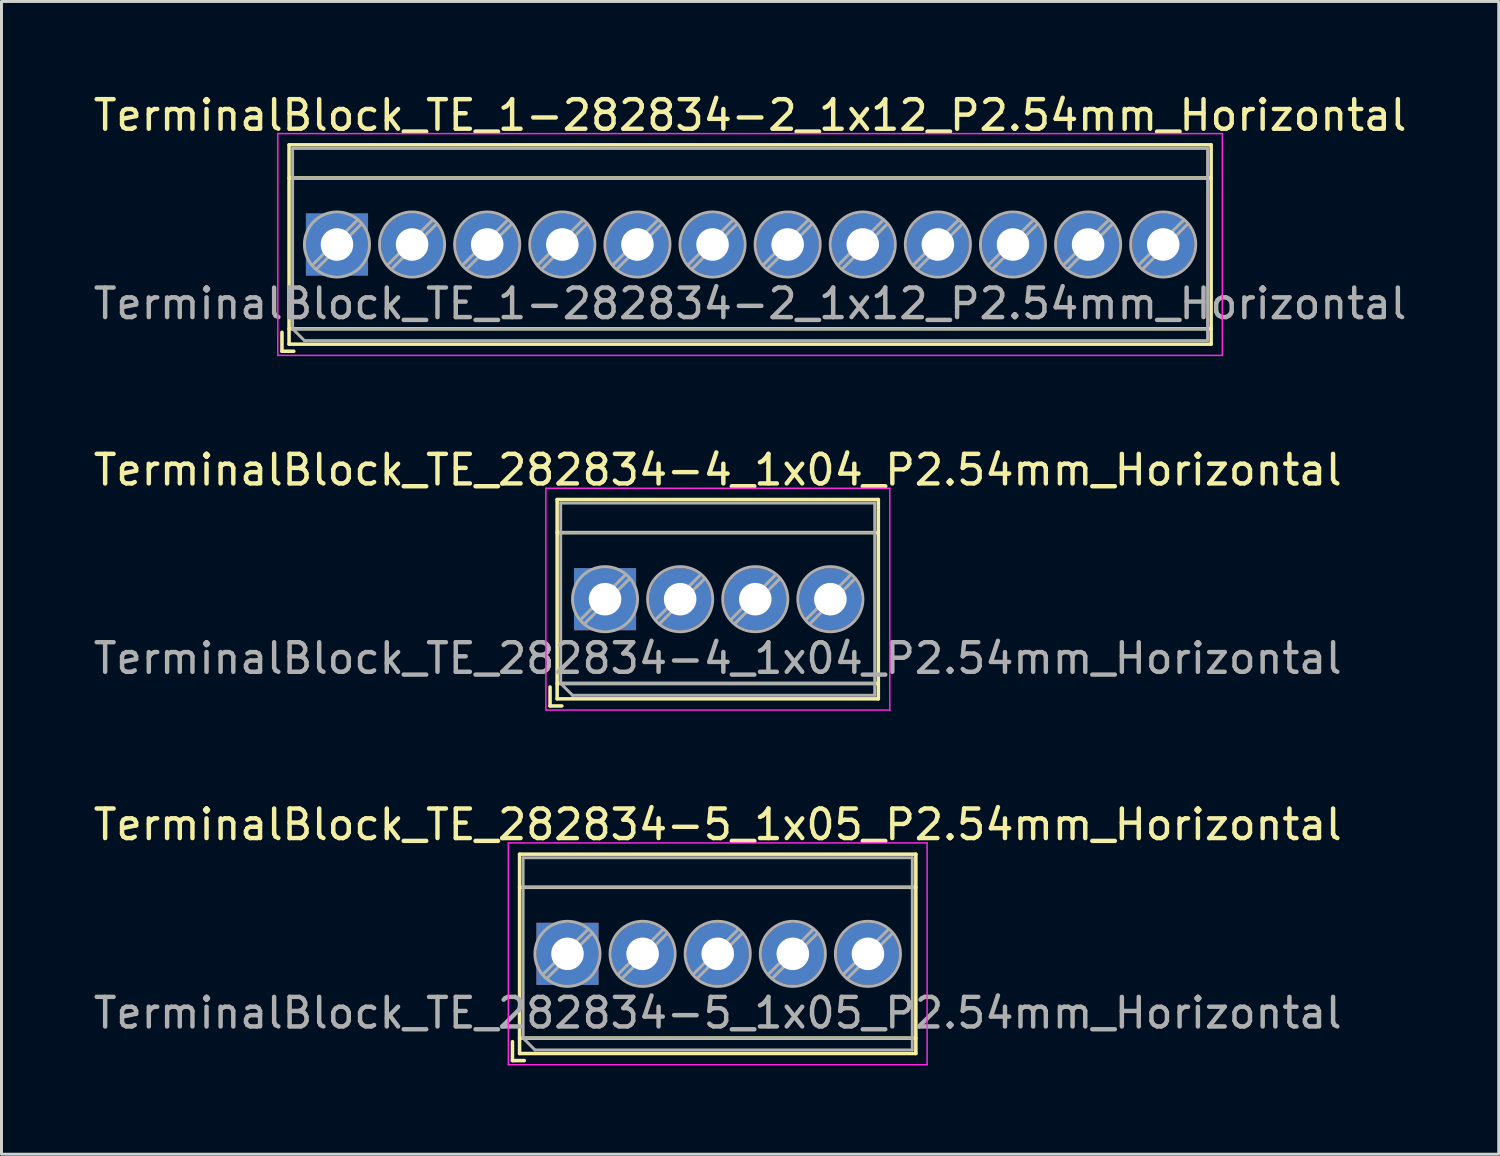
<source format=kicad_pcb>
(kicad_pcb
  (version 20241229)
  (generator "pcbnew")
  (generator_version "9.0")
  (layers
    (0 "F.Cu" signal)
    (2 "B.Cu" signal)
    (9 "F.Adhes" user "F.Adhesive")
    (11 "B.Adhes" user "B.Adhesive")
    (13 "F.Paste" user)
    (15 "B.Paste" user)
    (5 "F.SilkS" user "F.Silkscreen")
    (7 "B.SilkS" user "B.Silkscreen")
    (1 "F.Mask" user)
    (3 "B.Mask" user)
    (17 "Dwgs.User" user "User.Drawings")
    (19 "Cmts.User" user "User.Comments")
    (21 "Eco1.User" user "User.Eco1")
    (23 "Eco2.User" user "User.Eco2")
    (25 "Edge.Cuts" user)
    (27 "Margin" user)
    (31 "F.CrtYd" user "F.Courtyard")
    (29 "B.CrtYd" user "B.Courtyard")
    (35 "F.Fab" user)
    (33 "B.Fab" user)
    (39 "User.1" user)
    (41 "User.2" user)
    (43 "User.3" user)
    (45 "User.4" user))
  (footprint "TerminalBlock_TE_282834-5_1x05_P2.54mm_Horizontal"
    (layer "F.Cu")
    (at 16.14 29.205)
    (property "Reference" "TerminalBlock_TE_282834-5_1x05_P2.54mm_Horizontal" (at 5.08 -4.37 0) (layer "F.SilkS") (effects (font (size 1 1) (thickness 0.15))))
    (attr through_hole)
    (fp_line (start -1.86 2.97) (end -1.86 3.61) (stroke (width 0.12) (type solid)) (layer "F.SilkS"))
    (fp_line (start -1.86 3.61) (end -1.46 3.61) (stroke (width 0.12) (type solid)) (layer "F.SilkS"))
    (fp_line (start -1.62 -3.37) (end -1.62 3.37) (stroke (width 0.12) (type solid)) (layer "F.SilkS"))
    (fp_line (start -1.62 -3.37) (end 11.78 -3.37) (stroke (width 0.12) (type solid)) (layer "F.SilkS"))
    (fp_line (start -1.62 -2.25) (end 11.78 -2.25) (stroke (width 0.12) (type solid)) (layer "F.SilkS"))
    (fp_line (start -1.62 2.85) (end 11.78 2.85) (stroke (width 0.12) (type solid)) (layer "F.SilkS"))
    (fp_line (start -1.62 3.37) (end 11.78 3.37) (stroke (width 0.12) (type solid)) (layer "F.SilkS"))
    (fp_line (start 11.78 -3.37) (end 11.78 3.37) (stroke (width 0.12) (type solid)) (layer "F.SilkS"))
    (fp_line (start -2 -3.75) (end -2 3.75) (stroke (width 0.05) (type solid)) (layer "F.CrtYd"))
    (fp_line (start -2 3.75) (end 12.16 3.75) (stroke (width 0.05) (type solid)) (layer "F.CrtYd"))
    (fp_line (start 12.16 -3.75) (end -2 -3.75) (stroke (width 0.05) (type solid)) (layer "F.CrtYd"))
    (fp_line (start 12.16 3.75) (end 12.16 -3.75) (stroke (width 0.05) (type solid)) (layer "F.CrtYd"))
    (fp_line (start -1.5 -3.25) (end 11.66 -3.25) (stroke (width 0.1) (type solid)) (layer "F.Fab"))
    (fp_line (start -1.5 -2.25) (end 11.66 -2.25) (stroke (width 0.1) (type solid)) (layer "F.Fab"))
    (fp_line (start -1.5 2.85) (end -1.5 -3.25) (stroke (width 0.1) (type solid)) (layer "F.Fab"))
    (fp_line (start -1.5 2.85) (end 11.66 2.85) (stroke (width 0.1) (type solid)) (layer "F.Fab"))
    (fp_line (start -1.1 3.25) (end -1.5 2.85) (stroke (width 0.1) (type solid)) (layer "F.Fab"))
    (fp_line (start 0.701 -0.835) (end -0.835 0.7) (stroke (width 0.1) (type solid)) (layer "F.Fab"))
    (fp_line (start 0.835 -0.7) (end -0.701 0.835) (stroke (width 0.1) (type solid)) (layer "F.Fab"))
    (fp_line (start 3.241 -0.835) (end 1.706 0.7) (stroke (width 0.1) (type solid)) (layer "F.Fab"))
    (fp_line (start 3.375 -0.7) (end 1.84 0.835) (stroke (width 0.1) (type solid)) (layer "F.Fab"))
    (fp_line (start 5.781 -0.835) (end 4.246 0.7) (stroke (width 0.1) (type solid)) (layer "F.Fab"))
    (fp_line (start 5.915 -0.7) (end 4.38 0.835) (stroke (width 0.1) (type solid)) (layer "F.Fab"))
    (fp_line (start 8.321 -0.835) (end 6.786 0.7) (stroke (width 0.1) (type solid)) (layer "F.Fab"))
    (fp_line (start 8.455 -0.7) (end 6.92 0.835) (stroke (width 0.1) (type solid)) (layer "F.Fab"))
    (fp_line (start 10.861 -0.835) (end 9.326 0.7) (stroke (width 0.1) (type solid)) (layer "F.Fab"))
    (fp_line (start 10.995 -0.7) (end 9.46 0.835) (stroke (width 0.1) (type solid)) (layer "F.Fab"))
    (fp_line (start 11.66 -3.25) (end 11.66 3.25) (stroke (width 0.1) (type solid)) (layer "F.Fab"))
    (fp_line (start 11.66 3.25) (end -1.1 3.25) (stroke (width 0.1) (type solid)) (layer "F.Fab"))
    (fp_circle (center 0 0) (end 1.1 0) (stroke (width 0.1) (type solid)) (fill no) (layer "F.Fab"))
    (fp_circle (center 2.54 0) (end 3.64 0) (stroke (width 0.1) (type solid)) (fill no) (layer "F.Fab"))
    (fp_circle (center 5.08 0) (end 6.18 0) (stroke (width 0.1) (type solid)) (fill no) (layer "F.Fab"))
    (fp_circle (center 7.62 0) (end 8.72 0) (stroke (width 0.1) (type solid)) (fill no) (layer "F.Fab"))
    (fp_circle (center 10.16 0) (end 11.26 0) (stroke (width 0.1) (type solid)) (fill no) (layer "F.Fab"))
    (fp_text user "${REFERENCE}" (at 5.08 2 0) (layer "F.Fab") (effects (font (size 1 1) (thickness 0.15))))
    (pad "1" thru_hole rect (at 0 0) (size 2.1 2.1) (drill 1.1) (layers "*.Cu" "*.Mask"))
    (pad "2" thru_hole circle (at 2.54 0) (size 2.1 2.1) (drill 1.1) (layers "*.Cu" "*.Mask"))
    (pad "3" thru_hole circle (at 5.08 0) (size 2.1 2.1) (drill 1.1) (layers "*.Cu" "*.Mask"))
    (pad "4" thru_hole circle (at 7.62 0) (size 2.1 2.1) (drill 1.1) (layers "*.Cu" "*.Mask"))
    (pad "5" thru_hole circle (at 10.16 0) (size 2.1 2.1) (drill 1.1) (layers "*.Cu" "*.Mask")))
  (footprint "TerminalBlock_TE_282834-4_1x04_P2.54mm_Horizontal"
    (layer "F.Cu")
    (at 17.41 17.212)
    (property "Reference" "TerminalBlock_TE_282834-4_1x04_P2.54mm_Horizontal" (at 3.81 -4.37 0) (layer "F.SilkS") (effects (font (size 1 1) (thickness 0.15))))
    (attr through_hole)
    (fp_line (start -1.86 2.97) (end -1.86 3.61) (stroke (width 0.12) (type solid)) (layer "F.SilkS"))
    (fp_line (start -1.86 3.61) (end -1.46 3.61) (stroke (width 0.12) (type solid)) (layer "F.SilkS"))
    (fp_line (start -1.62 -3.37) (end -1.62 3.37) (stroke (width 0.12) (type solid)) (layer "F.SilkS"))
    (fp_line (start -1.62 -3.37) (end 9.241 -3.37) (stroke (width 0.12) (type solid)) (layer "F.SilkS"))
    (fp_line (start -1.62 -2.25) (end 9.241 -2.25) (stroke (width 0.12) (type solid)) (layer "F.SilkS"))
    (fp_line (start -1.62 2.85) (end 9.241 2.85) (stroke (width 0.12) (type solid)) (layer "F.SilkS"))
    (fp_line (start -1.62 3.37) (end 9.241 3.37) (stroke (width 0.12) (type solid)) (layer "F.SilkS"))
    (fp_line (start 9.241 -3.37) (end 9.241 3.37) (stroke (width 0.12) (type solid)) (layer "F.SilkS"))
    (fp_line (start -2 -3.75) (end -2 3.75) (stroke (width 0.05) (type solid)) (layer "F.CrtYd"))
    (fp_line (start -2 3.75) (end 9.63 3.75) (stroke (width 0.05) (type solid)) (layer "F.CrtYd"))
    (fp_line (start 9.63 -3.75) (end -2 -3.75) (stroke (width 0.05) (type solid)) (layer "F.CrtYd"))
    (fp_line (start 9.63 3.75) (end 9.63 -3.75) (stroke (width 0.05) (type solid)) (layer "F.CrtYd"))
    (fp_line (start -1.5 -3.25) (end 9.12 -3.25) (stroke (width 0.1) (type solid)) (layer "F.Fab"))
    (fp_line (start -1.5 -2.25) (end 9.12 -2.25) (stroke (width 0.1) (type solid)) (layer "F.Fab"))
    (fp_line (start -1.5 2.85) (end -1.5 -3.25) (stroke (width 0.1) (type solid)) (layer "F.Fab"))
    (fp_line (start -1.5 2.85) (end 9.12 2.85) (stroke (width 0.1) (type solid)) (layer "F.Fab"))
    (fp_line (start -1.1 3.25) (end -1.5 2.85) (stroke (width 0.1) (type solid)) (layer "F.Fab"))
    (fp_line (start 0.701 -0.835) (end -0.835 0.7) (stroke (width 0.1) (type solid)) (layer "F.Fab"))
    (fp_line (start 0.835 -0.7) (end -0.701 0.835) (stroke (width 0.1) (type solid)) (layer "F.Fab"))
    (fp_line (start 3.241 -0.835) (end 1.706 0.7) (stroke (width 0.1) (type solid)) (layer "F.Fab"))
    (fp_line (start 3.375 -0.7) (end 1.84 0.835) (stroke (width 0.1) (type solid)) (layer "F.Fab"))
    (fp_line (start 5.781 -0.835) (end 4.246 0.7) (stroke (width 0.1) (type solid)) (layer "F.Fab"))
    (fp_line (start 5.915 -0.7) (end 4.38 0.835) (stroke (width 0.1) (type solid)) (layer "F.Fab"))
    (fp_line (start 8.321 -0.835) (end 6.786 0.7) (stroke (width 0.1) (type solid)) (layer "F.Fab"))
    (fp_line (start 8.455 -0.7) (end 6.92 0.835) (stroke (width 0.1) (type solid)) (layer "F.Fab"))
    (fp_line (start 9.12 -3.25) (end 9.12 3.25) (stroke (width 0.1) (type solid)) (layer "F.Fab"))
    (fp_line (start 9.12 3.25) (end -1.1 3.25) (stroke (width 0.1) (type solid)) (layer "F.Fab"))
    (fp_circle (center 0 0) (end 1.1 0) (stroke (width 0.1) (type solid)) (fill no) (layer "F.Fab"))
    (fp_circle (center 2.54 0) (end 3.64 0) (stroke (width 0.1) (type solid)) (fill no) (layer "F.Fab"))
    (fp_circle (center 5.08 0) (end 6.18 0) (stroke (width 0.1) (type solid)) (fill no) (layer "F.Fab"))
    (fp_circle (center 7.62 0) (end 8.72 0) (stroke (width 0.1) (type solid)) (fill no) (layer "F.Fab"))
    (fp_text user "${REFERENCE}" (at 3.81 2 0) (layer "F.Fab") (effects (font (size 1 1) (thickness 0.15))))
    (pad "1" thru_hole rect (at 0 0) (size 2.1 2.1) (drill 1.1) (layers "*.Cu" "*.Mask"))
    (pad "2" thru_hole circle (at 2.54 0) (size 2.1 2.1) (drill 1.1) (layers "*.Cu" "*.Mask"))
    (pad "3" thru_hole circle (at 5.08 0) (size 2.1 2.1) (drill 1.1) (layers "*.Cu" "*.Mask"))
    (pad "4" thru_hole circle (at 7.62 0) (size 2.1 2.1) (drill 1.1) (layers "*.Cu" "*.Mask")))
  (footprint "TerminalBlock_TE_1-282834-2_1x12_P2.54mm_Horizontal"
    (layer "F.Cu")
    (at 8.345 5.218)
    (property "Reference" "TerminalBlock_TE_1-282834-2_1x12_P2.54mm_Horizontal" (at 13.97 -4.37 0) (layer "F.SilkS") (effects (font (size 1 1) (thickness 0.15))))
    (attr through_hole)
    (fp_line (start -1.86 2.97) (end -1.86 3.61) (stroke (width 0.12) (type solid)) (layer "F.SilkS"))
    (fp_line (start -1.86 3.61) (end -1.46 3.61) (stroke (width 0.12) (type solid)) (layer "F.SilkS"))
    (fp_line (start -1.62 -3.37) (end -1.62 3.37) (stroke (width 0.12) (type solid)) (layer "F.SilkS"))
    (fp_line (start -1.62 -3.37) (end 29.56 -3.37) (stroke (width 0.12) (type solid)) (layer "F.SilkS"))
    (fp_line (start -1.62 -2.25) (end 29.56 -2.25) (stroke (width 0.12) (type solid)) (layer "F.SilkS"))
    (fp_line (start -1.62 2.85) (end 29.56 2.85) (stroke (width 0.12) (type solid)) (layer "F.SilkS"))
    (fp_line (start -1.62 3.37) (end 29.56 3.37) (stroke (width 0.12) (type solid)) (layer "F.SilkS"))
    (fp_line (start 29.56 -3.37) (end 29.56 3.37) (stroke (width 0.12) (type solid)) (layer "F.SilkS"))
    (fp_line (start -2 -3.75) (end -2 3.75) (stroke (width 0.05) (type solid)) (layer "F.CrtYd"))
    (fp_line (start -2 3.75) (end 29.94 3.75) (stroke (width 0.05) (type solid)) (layer "F.CrtYd"))
    (fp_line (start 29.94 -3.75) (end -2 -3.75) (stroke (width 0.05) (type solid)) (layer "F.CrtYd"))
    (fp_line (start 29.94 3.75) (end 29.94 -3.75) (stroke (width 0.05) (type solid)) (layer "F.CrtYd"))
    (fp_line (start -1.5 -3.25) (end 29.44 -3.25) (stroke (width 0.1) (type solid)) (layer "F.Fab"))
    (fp_line (start -1.5 -2.25) (end 29.44 -2.25) (stroke (width 0.1) (type solid)) (layer "F.Fab"))
    (fp_line (start -1.5 2.85) (end -1.5 -3.25) (stroke (width 0.1) (type solid)) (layer "F.Fab"))
    (fp_line (start -1.5 2.85) (end 29.44 2.85) (stroke (width 0.1) (type solid)) (layer "F.Fab"))
    (fp_line (start -1.1 3.25) (end -1.5 2.85) (stroke (width 0.1) (type solid)) (layer "F.Fab"))
    (fp_line (start 0.701 -0.835) (end -0.835 0.7) (stroke (width 0.1) (type solid)) (layer "F.Fab"))
    (fp_line (start 0.835 -0.7) (end -0.701 0.835) (stroke (width 0.1) (type solid)) (layer "F.Fab"))
    (fp_line (start 3.241 -0.835) (end 1.706 0.7) (stroke (width 0.1) (type solid)) (layer "F.Fab"))
    (fp_line (start 3.375 -0.7) (end 1.84 0.835) (stroke (width 0.1) (type solid)) (layer "F.Fab"))
    (fp_line (start 5.781 -0.835) (end 4.246 0.7) (stroke (width 0.1) (type solid)) (layer "F.Fab"))
    (fp_line (start 5.915 -0.7) (end 4.38 0.835) (stroke (width 0.1) (type solid)) (layer "F.Fab"))
    (fp_line (start 8.321 -0.835) (end 6.786 0.7) (stroke (width 0.1) (type solid)) (layer "F.Fab"))
    (fp_line (start 8.455 -0.7) (end 6.92 0.835) (stroke (width 0.1) (type solid)) (layer "F.Fab"))
    (fp_line (start 10.861 -0.835) (end 9.326 0.7) (stroke (width 0.1) (type solid)) (layer "F.Fab"))
    (fp_line (start 10.995 -0.7) (end 9.46 0.835) (stroke (width 0.1) (type solid)) (layer "F.Fab"))
    (fp_line (start 13.401 -0.835) (end 11.866 0.7) (stroke (width 0.1) (type solid)) (layer "F.Fab"))
    (fp_line (start 13.535 -0.7) (end 12 0.835) (stroke (width 0.1) (type solid)) (layer "F.Fab"))
    (fp_line (start 15.941 -0.835) (end 14.406 0.7) (stroke (width 0.1) (type solid)) (layer "F.Fab"))
    (fp_line (start 16.075 -0.7) (end 14.54 0.835) (stroke (width 0.1) (type solid)) (layer "F.Fab"))
    (fp_line (start 18.481 -0.835) (end 16.946 0.7) (stroke (width 0.1) (type solid)) (layer "F.Fab"))
    (fp_line (start 18.615 -0.7) (end 17.08 0.835) (stroke (width 0.1) (type solid)) (layer "F.Fab"))
    (fp_line (start 21.021 -0.835) (end 19.486 0.7) (stroke (width 0.1) (type solid)) (layer "F.Fab"))
    (fp_line (start 21.155 -0.7) (end 19.62 0.835) (stroke (width 0.1) (type solid)) (layer "F.Fab"))
    (fp_line (start 23.561 -0.835) (end 22.026 0.7) (stroke (width 0.1) (type solid)) (layer "F.Fab"))
    (fp_line (start 23.695 -0.7) (end 22.16 0.835) (stroke (width 0.1) (type solid)) (layer "F.Fab"))
    (fp_line (start 26.101 -0.835) (end 24.566 0.7) (stroke (width 0.1) (type solid)) (layer "F.Fab"))
    (fp_line (start 26.235 -0.7) (end 24.7 0.835) (stroke (width 0.1) (type solid)) (layer "F.Fab"))
    (fp_line (start 28.641 -0.835) (end 27.106 0.7) (stroke (width 0.1) (type solid)) (layer "F.Fab"))
    (fp_line (start 28.775 -0.7) (end 27.24 0.835) (stroke (width 0.1) (type solid)) (layer "F.Fab"))
    (fp_line (start 29.44 -3.25) (end 29.44 3.25) (stroke (width 0.1) (type solid)) (layer "F.Fab"))
    (fp_line (start 29.44 3.25) (end -1.1 3.25) (stroke (width 0.1) (type solid)) (layer "F.Fab"))
    (fp_circle (center 0 0) (end 1.1 0) (stroke (width 0.1) (type solid)) (fill no) (layer "F.Fab"))
    (fp_circle (center 2.54 0) (end 3.64 0) (stroke (width 0.1) (type solid)) (fill no) (layer "F.Fab"))
    (fp_circle (center 5.08 0) (end 6.18 0) (stroke (width 0.1) (type solid)) (fill no) (layer "F.Fab"))
    (fp_circle (center 7.62 0) (end 8.72 0) (stroke (width 0.1) (type solid)) (fill no) (layer "F.Fab"))
    (fp_circle (center 10.16 0) (end 11.26 0) (stroke (width 0.1) (type solid)) (fill no) (layer "F.Fab"))
    (fp_circle (center 12.7 0) (end 13.8 0) (stroke (width 0.1) (type solid)) (fill no) (layer "F.Fab"))
    (fp_circle (center 15.24 0) (end 16.34 0) (stroke (width 0.1) (type solid)) (fill no) (layer "F.Fab"))
    (fp_circle (center 17.78 0) (end 18.88 0) (stroke (width 0.1) (type solid)) (fill no) (layer "F.Fab"))
    (fp_circle (center 20.32 0) (end 21.42 0) (stroke (width 0.1) (type solid)) (fill no) (layer "F.Fab"))
    (fp_circle (center 22.86 0) (end 23.96 0) (stroke (width 0.1) (type solid)) (fill no) (layer "F.Fab"))
    (fp_circle (center 25.4 0) (end 26.5 0) (stroke (width 0.1) (type solid)) (fill no) (layer "F.Fab"))
    (fp_circle (center 27.94 0) (end 29.04 0) (stroke (width 0.1) (type solid)) (fill no) (layer "F.Fab"))
    (fp_text user "${REFERENCE}" (at 13.97 2 0) (layer "F.Fab") (effects (font (size 1 1) (thickness 0.15))))
    (pad "1" thru_hole rect (at 0 0) (size 2.1 2.1) (drill 1.1) (layers "*.Cu" "*.Mask"))
    (pad "2" thru_hole circle (at 2.54 0) (size 2.1 2.1) (drill 1.1) (layers "*.Cu" "*.Mask"))
    (pad "3" thru_hole circle (at 5.08 0) (size 2.1 2.1) (drill 1.1) (layers "*.Cu" "*.Mask"))
    (pad "4" thru_hole circle (at 7.62 0) (size 2.1 2.1) (drill 1.1) (layers "*.Cu" "*.Mask"))
    (pad "5" thru_hole circle (at 10.16 0) (size 2.1 2.1) (drill 1.1) (layers "*.Cu" "*.Mask"))
    (pad "6" thru_hole circle (at 12.7 0) (size 2.1 2.1) (drill 1.1) (layers "*.Cu" "*.Mask"))
    (pad "7" thru_hole circle (at 15.24 0) (size 2.1 2.1) (drill 1.1) (layers "*.Cu" "*.Mask"))
    (pad "8" thru_hole circle (at 17.78 0) (size 2.1 2.1) (drill 1.1) (layers "*.Cu" "*.Mask"))
    (pad "9" thru_hole circle (at 20.32 0) (size 2.1 2.1) (drill 1.1) (layers "*.Cu" "*.Mask"))
    (pad "10" thru_hole circle (at 22.86 0) (size 2.1 2.1) (drill 1.1) (layers "*.Cu" "*.Mask"))
    (pad "11" thru_hole circle (at 25.4 0) (size 2.1 2.1) (drill 1.1) (layers "*.Cu" "*.Mask"))
    (pad "12" thru_hole circle (at 27.94 0) (size 2.1 2.1) (drill 1.1) (layers "*.Cu" "*.Mask")))
  (gr_rect
    (start -3 -3)
    (end 47.631 35.98)
    (stroke (width 0.1) (type default))
    (fill no)
    (layer "Edge.Cuts")))
</source>
